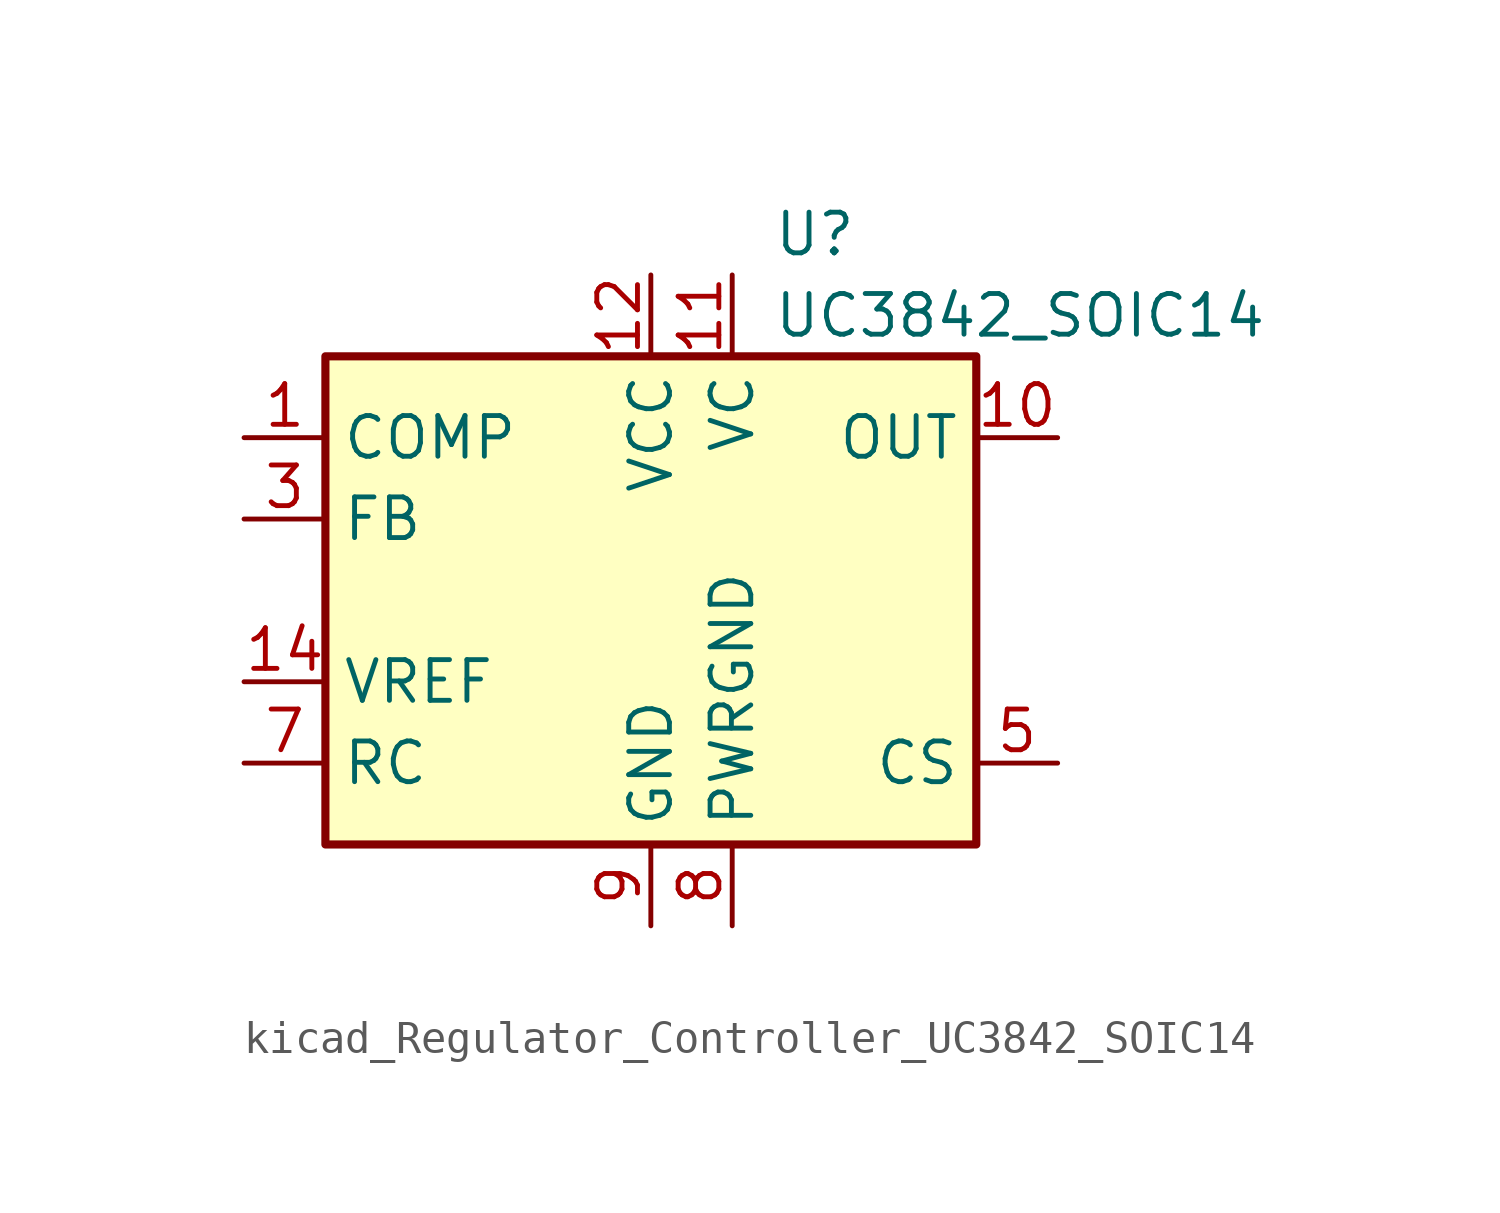
<source format=kicad_sym>
(kicad_symbol_lib
  (version 20220914)
  (generator kicad_symbol_editor)
  (symbol "kicad_Regulator_Controller_UC3842_SOIC14"
    (property "Reference" "U"
      (at 3.81 11.43 0)
      (effects (font (size 1.27 1.27)) (justify left)))
    (property "Value" "UC3842_SOIC14"
      (at 3.81 8.89 0)
      (effects (font (size 1.27 1.27)) (justify left)))
    (symbol "kicad_Regulator_Controller_UC3842_SOIC14_0_1"
      (rectangle (start -10.16 -7.62) (end 10.16 7.62) (stroke (width 0.254) (type default)) (fill (type background))))
    (symbol "kicad_Regulator_Controller_UC3842_SOIC14_1_1"
      (pin passive line (at -12.7 5.08 0) (length 2.54) (name "COMP" (effects (font (size 1.27 1.27)))) (number "1" (effects (font (size 1.27 1.27)))))
      (pin output line (at 12.7 5.08 180) (length 2.54) (name "OUT" (effects (font (size 1.27 1.27)))) (number "10" (effects (font (size 1.27 1.27)))))
      (pin power_in line (at 2.54 10.16 270) (length 2.54) (name "VC" (effects (font (size 1.27 1.27)))) (number "11" (effects (font (size 1.27 1.27)))))
      (pin power_in line (at 0 10.16 270) (length 2.54) (name "VCC" (effects (font (size 1.27 1.27)))) (number "12" (effects (font (size 1.27 1.27)))))
      (pin no_connect line (at -2.54 -7.62 90) (length 2.54) hide (name "NC" (effects (font (size 1.27 1.27)))) (number "13" (effects (font (size 1.27 1.27)))))
      (pin power_out line (at -12.7 -2.54 0) (length 2.54) (name "VREF" (effects (font (size 1.27 1.27)))) (number "14" (effects (font (size 1.27 1.27)))))
      (pin no_connect line (at -10.16 -7.62 90) (length 2.54) hide (name "NC" (effects (font (size 1.27 1.27)))) (number "2" (effects (font (size 1.27 1.27)))))
      (pin input line (at -12.7 2.54 0) (length 2.54) (name "FB" (effects (font (size 1.27 1.27)))) (number "3" (effects (font (size 1.27 1.27)))))
      (pin no_connect line (at -7.62 -7.62 90) (length 2.54) hide (name "NC" (effects (font (size 1.27 1.27)))) (number "4" (effects (font (size 1.27 1.27)))))
      (pin input line (at 12.7 -5.08 180) (length 2.54) (name "CS" (effects (font (size 1.27 1.27)))) (number "5" (effects (font (size 1.27 1.27)))))
      (pin no_connect line (at -5.08 -7.62 90) (length 2.54) hide (name "NC" (effects (font (size 1.27 1.27)))) (number "6" (effects (font (size 1.27 1.27)))))
      (pin passive line (at -12.7 -5.08 0) (length 2.54) (name "RC" (effects (font (size 1.27 1.27)))) (number "7" (effects (font (size 1.27 1.27)))))
      (pin power_in line (at 2.54 -10.16 90) (length 2.54) (name "PWRGND" (effects (font (size 1.27 1.27)))) (number "8" (effects (font (size 1.27 1.27)))))
      (pin power_in line (at 0 -10.16 90) (length 2.54) (name "GND" (effects (font (size 1.27 1.27)))) (number "9" (effects (font (size 1.27 1.27))))))))
</source>
